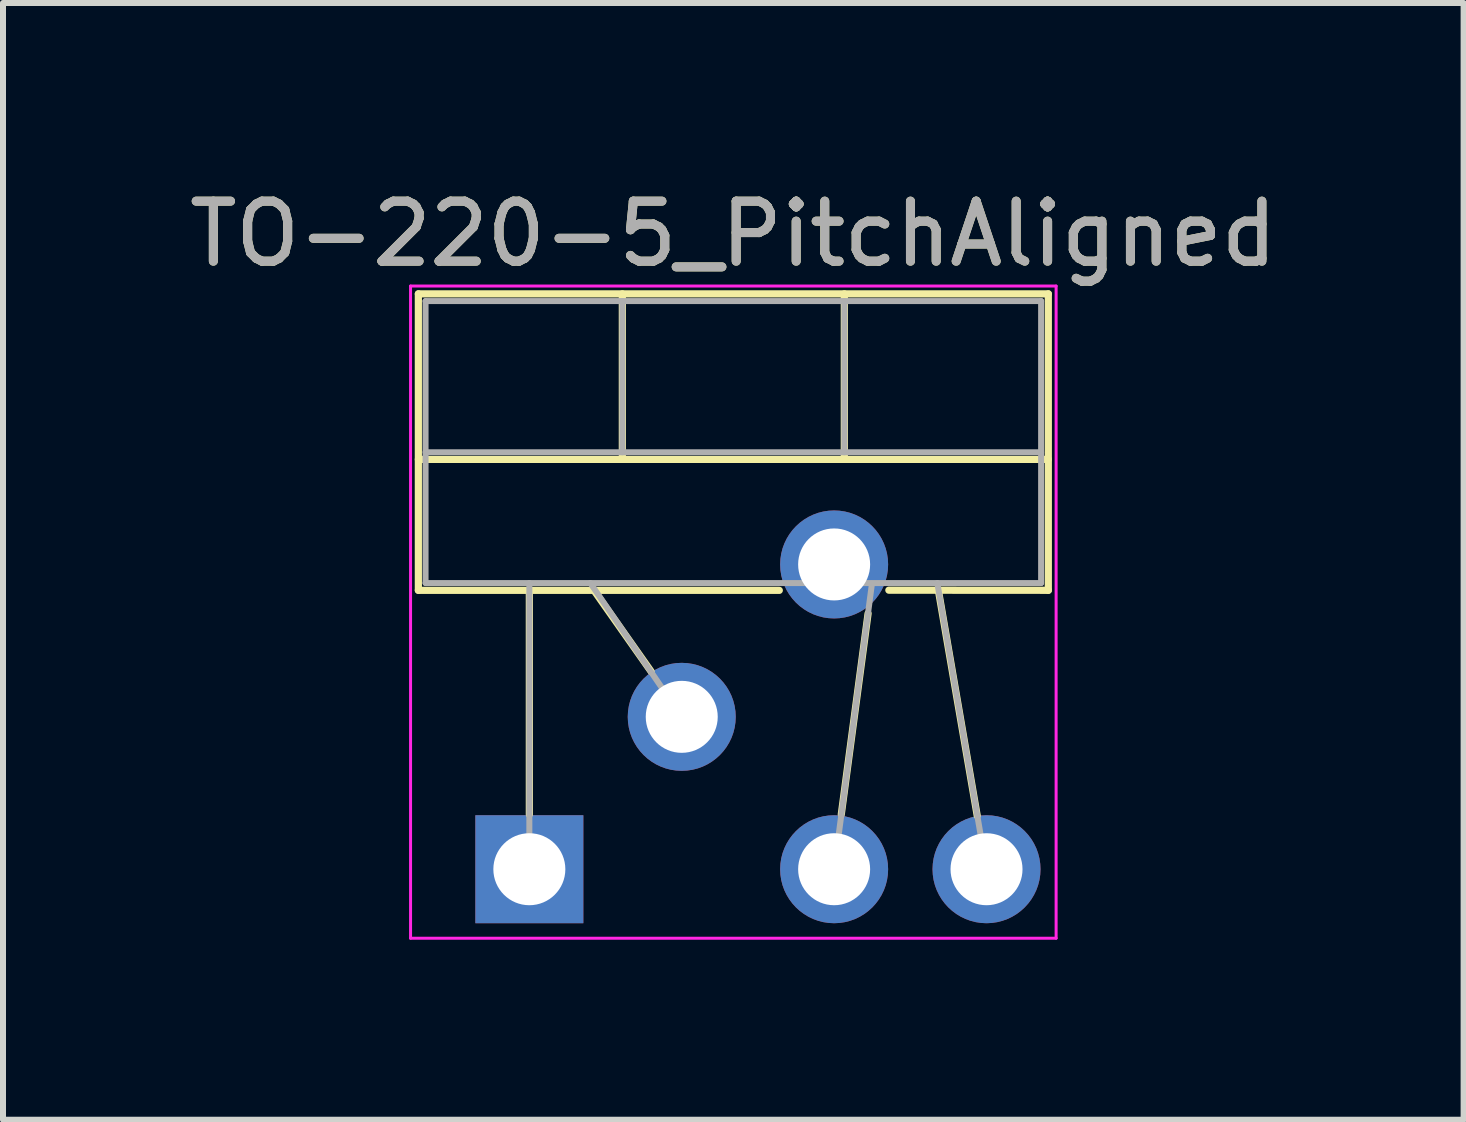
<source format=kicad_pcb>
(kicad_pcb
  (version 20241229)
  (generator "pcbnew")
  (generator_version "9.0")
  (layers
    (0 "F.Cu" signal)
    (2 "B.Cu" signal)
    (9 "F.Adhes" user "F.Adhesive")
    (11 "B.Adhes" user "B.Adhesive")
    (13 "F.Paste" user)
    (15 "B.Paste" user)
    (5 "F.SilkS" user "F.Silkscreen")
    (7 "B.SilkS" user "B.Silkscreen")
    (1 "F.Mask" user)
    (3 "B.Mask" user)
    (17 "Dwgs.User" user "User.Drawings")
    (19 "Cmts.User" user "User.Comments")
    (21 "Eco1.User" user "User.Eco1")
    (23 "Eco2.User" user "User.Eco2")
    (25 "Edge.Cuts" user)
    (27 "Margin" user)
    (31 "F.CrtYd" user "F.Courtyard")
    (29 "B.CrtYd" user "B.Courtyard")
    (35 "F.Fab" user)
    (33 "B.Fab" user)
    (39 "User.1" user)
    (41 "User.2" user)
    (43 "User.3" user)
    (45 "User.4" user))
  (footprint "TO-220-5_PitchAligned"
    (layer "F.Cu")
    (at 5.773 11.438)
    (property "Reference" "TO-220-5_PitchAligned" (at 3.4 -10.59 0) (layer "F.SilkS") (effects (font (size 1 1) (thickness 0.15))))
    (attr through_hole)
    (fp_line (start -1.85 -9.59) (end -1.85 -4.649) (stroke (width 0.12) (type solid)) (layer "F.SilkS"))
    (fp_line (start -1.85 -9.59) (end 8.65 -9.59) (stroke (width 0.12) (type solid)) (layer "F.SilkS"))
    (fp_line (start -1.85 -6.831) (end 8.65 -6.831) (stroke (width 0.12) (type solid)) (layer "F.SilkS"))
    (fp_line (start -1.85 -4.649) (end 4.166 -4.648) (stroke (width 0.12) (type solid)) (layer "F.SilkS"))
    (fp_line (start 0 -4.649) (end 0 -0.914) (stroke (width 0.12) (type solid)) (layer "F.SilkS"))
    (fp_line (start 1.077 -4.648) (end 2.029 -3.297) (stroke (width 0.12) (type solid)) (layer "F.SilkS"))
    (fp_line (start 1.55 -9.59) (end 1.55 -6.831) (stroke (width 0.12) (type solid)) (layer "F.SilkS"))
    (fp_line (start 5.25 -9.59) (end 5.25 -6.831) (stroke (width 0.12) (type solid)) (layer "F.SilkS"))
    (fp_line (start 5.646 -4.262) (end 5.199 -0.914) (stroke (width 0.12) (type solid)) (layer "F.SilkS"))
    (fp_line (start 5.992 -4.651) (end 8.65 -4.649) (stroke (width 0.12) (type solid)) (layer "F.SilkS"))
    (fp_line (start 6.817 -4.653) (end 7.465 -0.892) (stroke (width 0.12) (type solid)) (layer "F.SilkS"))
    (fp_line (start 8.65 -9.59) (end 8.65 -4.649) (stroke (width 0.12) (type solid)) (layer "F.SilkS"))
    (fp_line (start -1.98 -9.72) (end -1.98 1.15) (stroke (width 0.05) (type solid)) (layer "F.CrtYd"))
    (fp_line (start -1.98 1.15) (end 8.78 1.15) (stroke (width 0.05) (type solid)) (layer "F.CrtYd"))
    (fp_line (start 8.78 -9.72) (end -1.98 -9.72) (stroke (width 0.05) (type solid)) (layer "F.CrtYd"))
    (fp_line (start 8.78 1.15) (end 8.78 -9.72) (stroke (width 0.05) (type solid)) (layer "F.CrtYd"))
    (fp_line (start -1.73 -9.47) (end -1.73 -4.77) (stroke (width 0.1) (type solid)) (layer "F.Fab"))
    (fp_line (start -1.73 -6.95) (end 8.53 -6.95) (stroke (width 0.1) (type solid)) (layer "F.Fab"))
    (fp_line (start -1.73 -4.77) (end 8.53 -4.77) (stroke (width 0.1) (type solid)) (layer "F.Fab"))
    (fp_line (start 0 -4.77) (end 0 0) (stroke (width 0.1) (type solid)) (layer "F.Fab"))
    (fp_line (start 1.016 -4.77) (end 2.54 -2.54) (stroke (width 0.1) (type solid)) (layer "F.Fab"))
    (fp_line (start 1.55 -9.47) (end 1.55 -6.95) (stroke (width 0.1) (type solid)) (layer "F.Fab"))
    (fp_line (start 5.091 -4.767) (end 5.08 -5.08) (stroke (width 0.1) (type solid)) (layer "F.Fab"))
    (fp_line (start 5.25 -9.47) (end 5.25 -6.95) (stroke (width 0.1) (type solid)) (layer "F.Fab"))
    (fp_line (start 5.71 -4.757) (end 5.08 0) (stroke (width 0.1) (type solid)) (layer "F.Fab"))
    (fp_line (start 6.8 -4.77) (end 7.62 0) (stroke (width 0.1) (type solid)) (layer "F.Fab"))
    (fp_line (start 8.53 -9.47) (end -1.73 -9.47) (stroke (width 0.1) (type solid)) (layer "F.Fab"))
    (fp_line (start 8.53 -4.77) (end 8.53 -9.47) (stroke (width 0.1) (type solid)) (layer "F.Fab"))
    (fp_text user "${REFERENCE}" (at 3.4 -10.59 0) (layer "F.Fab") (effects (font (size 1 1) (thickness 0.15))))
    (pad "1" thru_hole rect (at 0 0) (size 1.8 1.8) (drill 1.2) (layers "*.Cu" "*.Mask"))
    (pad "2" thru_hole oval (at 2.54 -2.54) (size 1.8 1.8) (drill 1.2) (layers "*.Cu" "*.Mask"))
    (pad "3" thru_hole oval (at 5.08 0) (size 1.8 1.8) (drill 1.2) (layers "*.Cu" "*.Mask"))
    (pad "4" thru_hole oval (at 5.08 -5.08) (size 1.8 1.8) (drill 1.2) (layers "*.Cu" "*.Mask"))
    (pad "5" thru_hole oval (at 7.62 0) (size 1.8 1.8) (drill 1.2) (layers "*.Cu" "*.Mask")))
  (gr_rect
    (start -3 -3)
    (end 21.345 15.613)
    (stroke (width 0.1) (type default))
    (fill no)
    (layer "Edge.Cuts")))
</source>
